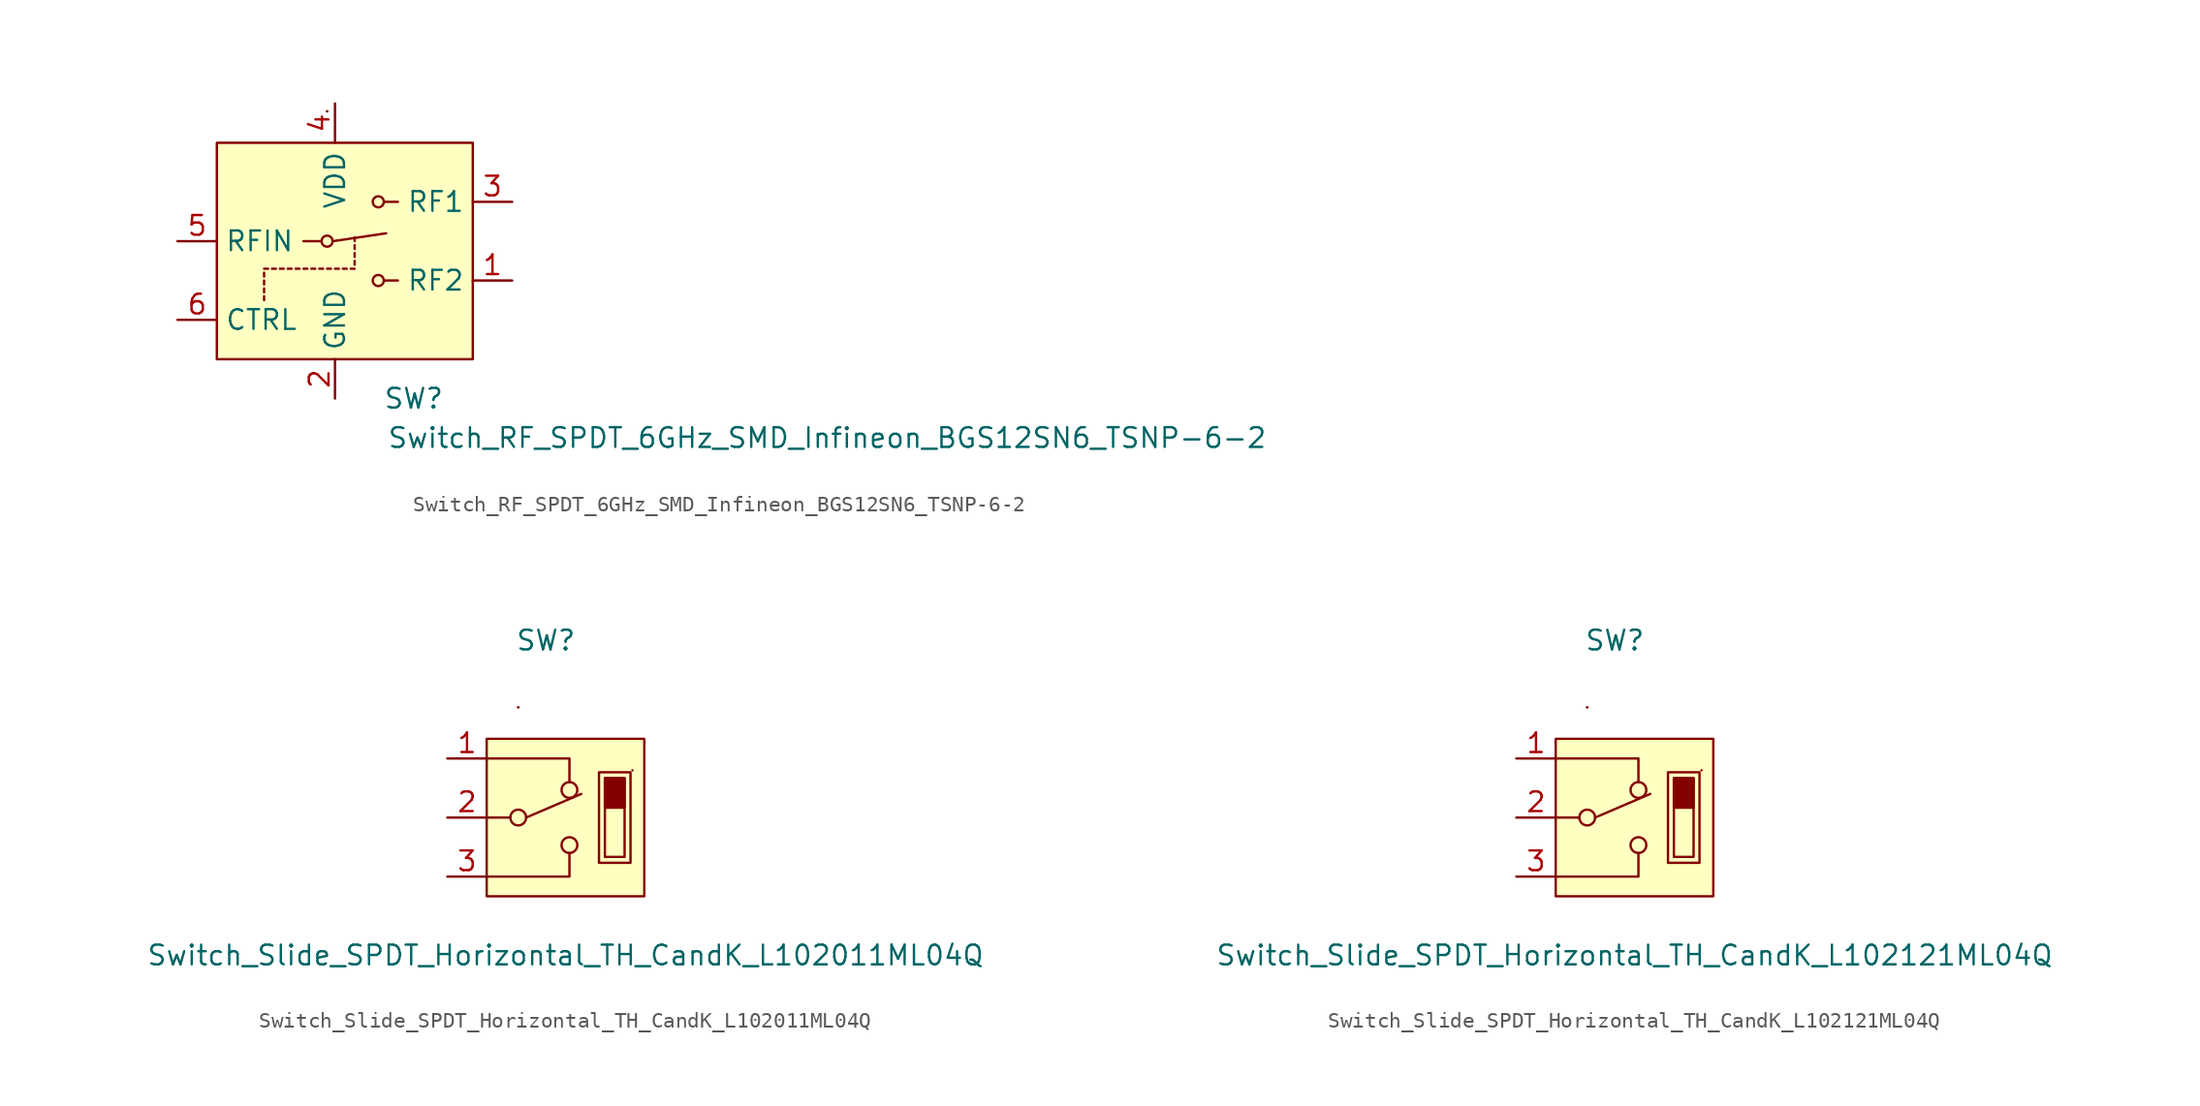
<source format=kicad_sym>
(kicad_symbol_lib
  (version 20211014)
  (generator kicad_symbol_editor)
  (symbol "Switch_RF_SPDT_6GHz_SMD_Infineon_BGS12SN6_TSNP-6-2"
    (property "Reference" "SW"
      (at 5.08 -10.16 0)
      (effects (font (size 1.27 1.27))))
    (property "Value" "Switch_RF_SPDT_6GHz_SMD_Infineon_BGS12SN6_TSNP-6-2"
      (at 31.75 -12.7 0)
      (effects (font (size 1.27 1.27))))
    (symbol "Switch_RF_SPDT_6GHz_SMD_Infineon_BGS12SN6_TSNP-6-2_0_1"
      (polyline (pts (xy -4.572 -3.81) (xy -4.572 -3.556)) (stroke (width 0) (type default) (color 0 0 0 0)) (fill (type none)))
      (polyline (pts (xy -4.572 -3.302) (xy -4.572 -3.048)) (stroke (width 0) (type default) (color 0 0 0 0)) (fill (type none)))
      (polyline (pts (xy -4.572 -2.286) (xy -4.572 -2.032)) (stroke (width 0) (type default) (color 0 0 0 0)) (fill (type none)))
      (polyline (pts (xy -4.572 -1.778) (xy -4.318 -1.778)) (stroke (width 0) (type default) (color 0 0 0 0)) (fill (type none)))
      (polyline (pts (xy -0.889 0) (xy -2.032 0)) (stroke (width 0) (type default) (color 0 0 0 0)) (fill (type none)))
      (polyline (pts (xy 3.175 -2.54) (xy 4.064 -2.54)) (stroke (width 0) (type default) (color 0 0 0 0)) (fill (type none)))
      (polyline (pts (xy 3.175 2.54) (xy 4.064 2.54)) (stroke (width 0) (type default) (color 0 0 0 0)) (fill (type none)))
      (circle (center 2.794 2.54) (radius 0.356) (stroke (width 0) (type default) (color 0 0 0 0)) (fill (type none))))
    (symbol "Switch_RF_SPDT_6GHz_SMD_Infineon_BGS12SN6_TSNP-6-2_1_1"
      (rectangle (start -7.62 -7.62) (end 8.89 6.35) (stroke (width 0) (type default) (color 0 0 0 0)) (fill (type background)))
      (circle (center -0.508 0) (radius 0.356) (stroke (width 0) (type default) (color 0 0 0 0)) (fill (type none)))
      (rectangle (start -0.508 8.382) (end -0.508 8.382) (stroke (width 0) (type default) (color 0 0 0 0)) (fill (type none)))
      (rectangle (start -0.508 8.382) (end -0.508 8.382) (stroke (width 0) (type default) (color 0 0 0 0)) (fill (type none)))
      (polyline (pts (xy -4.572 -2.794) (xy -4.572 -2.54)) (stroke (width 0) (type default) (color 0 0 0 0)) (fill (type none)))
      (polyline (pts (xy -3.81 -1.778) (xy -4.064 -1.778)) (stroke (width 0) (type default) (color 0 0 0 0)) (fill (type none)))
      (polyline (pts (xy -3.302 -1.778) (xy -3.556 -1.778)) (stroke (width 0) (type default) (color 0 0 0 0)) (fill (type none)))
      (polyline (pts (xy -2.794 -1.778) (xy -3.048 -1.778)) (stroke (width 0) (type default) (color 0 0 0 0)) (fill (type none)))
      (polyline (pts (xy -2.286 -1.778) (xy -2.54 -1.778)) (stroke (width 0) (type default) (color 0 0 0 0)) (fill (type none)))
      (polyline (pts (xy -1.778 -1.778) (xy -2.032 -1.778)) (stroke (width 0) (type default) (color 0 0 0 0)) (fill (type none)))
      (polyline (pts (xy -1.27 -1.778) (xy -1.524 -1.778)) (stroke (width 0) (type default) (color 0 0 0 0)) (fill (type none)))
      (polyline (pts (xy -0.762 -1.778) (xy -1.016 -1.778)) (stroke (width 0) (type default) (color 0 0 0 0)) (fill (type none)))
      (polyline (pts (xy -0.254 -1.778) (xy -0.508 -1.778)) (stroke (width 0) (type default) (color 0 0 0 0)) (fill (type none)))
      (polyline (pts (xy -0.127 0) (xy 3.302 0.508)) (stroke (width 0) (type default) (color 0 0 0 0)) (fill (type none)))
      (polyline (pts (xy 0.254 -1.778) (xy 0 -1.778)) (stroke (width 0) (type default) (color 0 0 0 0)) (fill (type none)))
      (polyline (pts (xy 0.762 -1.778) (xy 0.508 -1.778)) (stroke (width 0) (type default) (color 0 0 0 0)) (fill (type none)))
      (polyline (pts (xy 1.27 -1.778) (xy 1.016 -1.778)) (stroke (width 0) (type default) (color 0 0 0 0)) (fill (type none)))
      (polyline (pts (xy 1.27 -1.27) (xy 1.27 -1.524)) (stroke (width 0) (type default) (color 0 0 0 0)) (fill (type none)))
      (polyline (pts (xy 1.27 -0.762) (xy 1.27 -1.016)) (stroke (width 0) (type default) (color 0 0 0 0)) (fill (type none)))
      (polyline (pts (xy 1.27 -0.254) (xy 1.27 -0.508)) (stroke (width 0) (type default) (color 0 0 0 0)) (fill (type none)))
      (polyline (pts (xy 1.27 0.254) (xy 1.27 0)) (stroke (width 0) (type default) (color 0 0 0 0)) (fill (type none)))
      (circle (center 2.794 -2.54) (radius 0.356) (stroke (width 0) (type default) (color 0 0 0 0)) (fill (type none)))
      (pin bidirectional line (at 11.43 -2.54 180) (length 2.54) (name "RF2" (effects (font (size 1.27 1.27)))) (number "1" (effects (font (size 1.27 1.27)))))
      (pin power_in line (at 0 -10.16 90) (length 2.54) (name "GND" (effects (font (size 1.27 1.27)))) (number "2" (effects (font (size 1.27 1.27)))))
      (pin bidirectional line (at 11.43 2.54 180) (length 2.54) (name "RF1" (effects (font (size 1.27 1.27)))) (number "3" (effects (font (size 1.27 1.27)))))
      (pin power_in line (at 0 8.89 270) (length 2.54) (name "VDD" (effects (font (size 1.27 1.27)))) (number "4" (effects (font (size 1.27 1.27)))))
      (pin bidirectional line (at -10.16 0 0) (length 2.54) (name "RFIN" (effects (font (size 1.27 1.27)))) (number "5" (effects (font (size 1.27 1.27)))))
      (pin input line (at -10.16 -5.08 0) (length 2.54) (name "CTRL" (effects (font (size 1.27 1.27)))) (number "6" (effects (font (size 1.27 1.27)))))))
  (symbol "Switch_Slide_SPDT_Horizontal_TH_CandK_L102011ML04Q"
    (pin_names
      (offset 1.27) hide)
    (property "Reference" "SW"
      (at -1.27 11.43 0)
      (effects (font (size 1.27 1.27))))
    (property "Value" "Switch_Slide_SPDT_Horizontal_TH_CandK_L102011ML04Q"
      (at 0 -8.89 0)
      (effects (font (size 1.27 1.27))))
    (symbol "Switch_Slide_SPDT_Horizontal_TH_CandK_L102011ML04Q_0_1"
      (rectangle (start -5.08 -5.08) (end 5.08 5.08) (stroke (width 0) (type default) (color 0 0 0 0)) (fill (type background)))
      (rectangle (start -3.048 7.112) (end -3.048 7.112) (stroke (width 0) (type default) (color 0 0 0 0)) (fill (type none)))
      (rectangle (start -3.048 7.112) (end -3.048 7.112) (stroke (width 0) (type default) (color 0 0 0 0)) (fill (type none)))
      (polyline (pts (xy -3.556 0) (xy -5.08 0)) (stroke (width 0) (type default) (color 0 0 0 0)) (fill (type none)))
      (polyline (pts (xy -5.08 -3.81) (xy 0.254 -3.81) (xy 0.254 -2.286)) (stroke (width 0) (type default) (color 0 0 0 0)) (fill (type none)))
      (polyline (pts (xy 0.254 2.286) (xy 0.254 3.81) (xy -5.08 3.81)) (stroke (width 0) (type default) (color 0 0 0 0)) (fill (type none)))
      (rectangle (start 2.54 2.54) (end 3.81 -2.54) (stroke (width 0) (type default) (color 0 0 0 0)) (fill (type none)))
      (rectangle (start 2.54 2.54) (end 3.81 0.635) (stroke (width 0) (type default) (color 0 0 0 0)) (fill (type outline)))
      (rectangle (start 4.191 2.921) (end 2.159 -2.921) (stroke (width 0) (type default) (color 0 0 0 0)) (fill (type none)))
      (rectangle (start 4.318 3.048) (end 4.318 3.048) (stroke (width 0) (type default) (color 0 0 0 0)) (fill (type none))))
    (symbol "Switch_Slide_SPDT_Horizontal_TH_CandK_L102011ML04Q_1_1"
      (circle (center -3.048 0) (radius 0.508) (stroke (width 0) (type default) (color 0 0 0 0)) (fill (type none)))
      (polyline (pts (xy -2.54 0) (xy 1.016 1.524)) (stroke (width 0) (type default) (color 0 0 0 0)) (fill (type none)))
      (circle (center 0.254 -1.778) (radius 0.508) (stroke (width 0) (type default) (color 0 0 0 0)) (fill (type none)))
      (circle (center 0.254 1.778) (radius 0.508) (stroke (width 0) (type default) (color 0 0 0 0)) (fill (type none)))
      (pin passive line (at -7.62 3.81 0) (length 2.54) (name "~" (effects (font (size 1.27 1.27)))) (number "1" (effects (font (size 1.27 1.27)))))
      (pin passive line (at -7.62 0 0) (length 2.54) (name "~" (effects (font (size 1.27 1.27)))) (number "2" (effects (font (size 1.27 1.27)))))
      (pin passive line (at -7.62 -3.81 0) (length 2.54) (name "~" (effects (font (size 1.27 1.27)))) (number "3" (effects (font (size 1.27 1.27)))))))
  (symbol "Switch_Slide_SPDT_Horizontal_TH_CandK_L102121ML04Q"
    (pin_names
      (offset 1.27) hide)
    (property "Reference" "SW"
      (at -1.27 11.43 0)
      (effects (font (size 1.27 1.27))))
    (property "Value" "Switch_Slide_SPDT_Horizontal_TH_CandK_L102121ML04Q"
      (at 0 -8.89 0)
      (effects (font (size 1.27 1.27))))
    (symbol "Switch_Slide_SPDT_Horizontal_TH_CandK_L102121ML04Q_0_1"
      (rectangle (start -5.08 -5.08) (end 5.08 5.08) (stroke (width 0) (type default) (color 0 0 0 0)) (fill (type background)))
      (rectangle (start -3.048 7.112) (end -3.048 7.112) (stroke (width 0) (type default) (color 0 0 0 0)) (fill (type none)))
      (rectangle (start -3.048 7.112) (end -3.048 7.112) (stroke (width 0) (type default) (color 0 0 0 0)) (fill (type none)))
      (polyline (pts (xy -3.556 0) (xy -5.08 0)) (stroke (width 0) (type default) (color 0 0 0 0)) (fill (type none)))
      (polyline (pts (xy -5.08 -3.81) (xy 0.254 -3.81) (xy 0.254 -2.286)) (stroke (width 0) (type default) (color 0 0 0 0)) (fill (type none)))
      (polyline (pts (xy 0.254 2.286) (xy 0.254 3.81) (xy -5.08 3.81)) (stroke (width 0) (type default) (color 0 0 0 0)) (fill (type none)))
      (rectangle (start 2.54 2.54) (end 3.81 -2.54) (stroke (width 0) (type default) (color 0 0 0 0)) (fill (type none)))
      (rectangle (start 2.54 2.54) (end 3.81 0.635) (stroke (width 0) (type default) (color 0 0 0 0)) (fill (type outline)))
      (rectangle (start 4.191 2.921) (end 2.159 -2.921) (stroke (width 0) (type default) (color 0 0 0 0)) (fill (type none)))
      (rectangle (start 4.318 3.048) (end 4.318 3.048) (stroke (width 0) (type default) (color 0 0 0 0)) (fill (type none))))
    (symbol "Switch_Slide_SPDT_Horizontal_TH_CandK_L102121ML04Q_1_1"
      (circle (center -3.048 0) (radius 0.508) (stroke (width 0) (type default) (color 0 0 0 0)) (fill (type none)))
      (polyline (pts (xy -2.54 0) (xy 1.016 1.524)) (stroke (width 0) (type default) (color 0 0 0 0)) (fill (type none)))
      (circle (center 0.254 -1.778) (radius 0.508) (stroke (width 0) (type default) (color 0 0 0 0)) (fill (type none)))
      (circle (center 0.254 1.778) (radius 0.508) (stroke (width 0) (type default) (color 0 0 0 0)) (fill (type none)))
      (pin passive line (at -7.62 3.81 0) (length 2.54) (name "~" (effects (font (size 1.27 1.27)))) (number "1" (effects (font (size 1.27 1.27)))))
      (pin passive line (at -7.62 0 0) (length 2.54) (name "~" (effects (font (size 1.27 1.27)))) (number "2" (effects (font (size 1.27 1.27)))))
      (pin passive line (at -7.62 -3.81 0) (length 2.54) (name "~" (effects (font (size 1.27 1.27)))) (number "3" (effects (font (size 1.27 1.27))))))))
</source>
